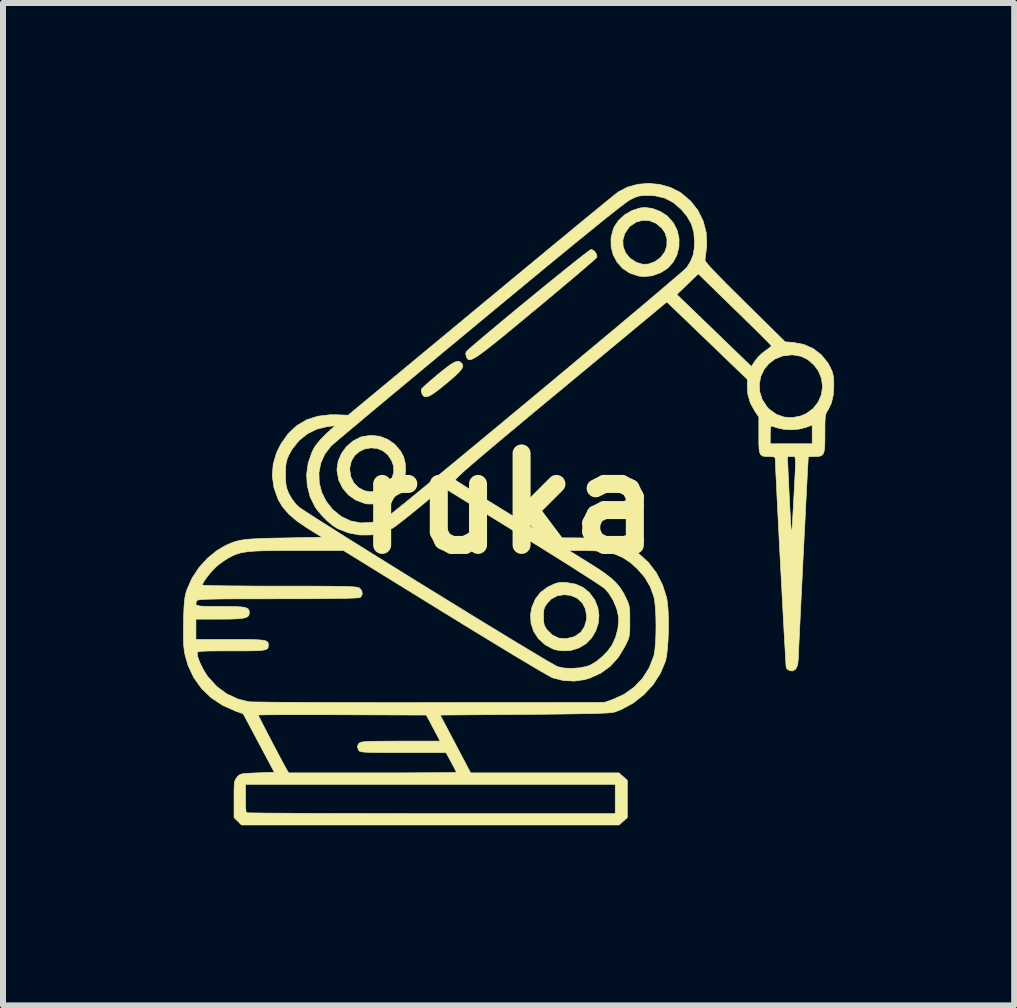
<source format=kicad_pcb>
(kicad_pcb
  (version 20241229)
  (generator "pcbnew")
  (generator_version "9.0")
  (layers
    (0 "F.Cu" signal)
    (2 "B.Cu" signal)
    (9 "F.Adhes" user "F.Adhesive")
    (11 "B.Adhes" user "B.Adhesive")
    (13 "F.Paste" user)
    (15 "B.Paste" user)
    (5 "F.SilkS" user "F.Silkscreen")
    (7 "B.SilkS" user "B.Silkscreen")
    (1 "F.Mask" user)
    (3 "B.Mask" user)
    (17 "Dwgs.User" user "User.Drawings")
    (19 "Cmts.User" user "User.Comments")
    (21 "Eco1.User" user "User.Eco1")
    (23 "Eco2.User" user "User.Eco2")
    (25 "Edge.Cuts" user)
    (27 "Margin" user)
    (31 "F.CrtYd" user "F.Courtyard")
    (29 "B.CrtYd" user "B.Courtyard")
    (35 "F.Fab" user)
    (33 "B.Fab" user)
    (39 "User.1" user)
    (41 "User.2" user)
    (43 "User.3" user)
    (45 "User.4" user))
  (footprint "ruka"
    (layer "F.Cu")
    (at 5.421 5.338)
    (property "Reference" "ruka" (at 0 0 0) (layer "F.SilkS") (effects (font (size 1.524 1.524) (thickness 0.3))))
    (attr through_hole)
    (fp_poly (pts (xy -0.819 -2.366) (xy -0.789 -2.347) (xy -0.787 -2.345) (xy -0.765 -2.316) (xy -0.761 -2.284) (xy -0.777 -2.245) (xy -0.817 -2.196) (xy -0.883 -2.131) (xy -0.979 -2.048) (xy -1.032 -2.004) (xy -1.151 -1.907) (xy -1.243 -1.838) (xy -1.313 -1.795) (xy -1.365 -1.777) (xy -1.402 -1.781) (xy -1.43 -1.806) (xy -1.442 -1.829) (xy -1.454 -1.882) (xy -1.447 -1.91) (xy -1.425 -1.934) (xy -1.376 -1.979) (xy -1.307 -2.04) (xy -1.223 -2.111) (xy -1.17 -2.156) (xy -1.057 -2.247) (xy -0.971 -2.311) (xy -0.906 -2.351) (xy -0.857 -2.369) (xy -0.819 -2.366)) (stroke (width 0.01) (type solid)) (fill yes) (layer "F.SilkS"))
    (fp_poly (pts (xy 1.419 -4.216) (xy 1.455 -4.174) (xy 1.473 -4.125) (xy 1.47 -4.101) (xy 1.452 -4.083) (xy 1.404 -4.039) (xy 1.329 -3.974) (xy 1.23 -3.888) (xy 1.11 -3.786) (xy 0.971 -3.669) (xy 0.816 -3.539) (xy 0.649 -3.399) (xy 0.472 -3.251) (xy 0.453 -3.236) (xy 0.237 -3.057) (xy 0.051 -2.903) (xy -0.107 -2.773) (xy -0.24 -2.666) (xy -0.35 -2.579) (xy -0.44 -2.511) (xy -0.511 -2.46) (xy -0.567 -2.425) (xy -0.609 -2.404) (xy -0.641 -2.395) (xy -0.663 -2.396) (xy -0.68 -2.407) (xy -0.693 -2.425) (xy -0.701 -2.441) (xy -0.713 -2.495) (xy -0.706 -2.524) (xy -0.685 -2.547) (xy -0.634 -2.593) (xy -0.558 -2.659) (xy -0.46 -2.743) (xy -0.342 -2.842) (xy -0.209 -2.953) (xy -0.064 -3.074) (xy 0.089 -3.201) (xy 0.248 -3.332) (xy 0.409 -3.464) (xy 0.568 -3.594) (xy 0.722 -3.719) (xy 0.868 -3.837) (xy 1.002 -3.945) (xy 1.121 -4.04) (xy 1.221 -4.119) (xy 1.299 -4.179) (xy 1.352 -4.218) (xy 1.376 -4.233) (xy 1.376 -4.233) (xy 1.419 -4.216)) (stroke (width 0.01) (type solid)) (fill yes) (layer "F.SilkS"))
    (fp_poly (pts (xy 2.398 -4.915) (xy 2.524 -4.867) (xy 2.636 -4.797) (xy 2.65 -4.785) (xy 2.748 -4.674) (xy 2.811 -4.547) (xy 2.841 -4.412) (xy 2.839 -4.275) (xy 2.806 -4.142) (xy 2.743 -4.021) (xy 2.65 -3.919) (xy 2.534 -3.845) (xy 2.388 -3.793) (xy 2.248 -3.781) (xy 2.162 -3.791) (xy 2.021 -3.838) (xy 1.902 -3.916) (xy 1.809 -4.021) (xy 1.743 -4.144) (xy 1.709 -4.281) (xy 1.708 -4.389) (xy 1.905 -4.389) (xy 1.91 -4.279) (xy 1.95 -4.176) (xy 2.024 -4.087) (xy 2.127 -4.019) (xy 2.231 -3.986) (xy 2.328 -3.988) (xy 2.432 -4.026) (xy 2.435 -4.027) (xy 2.534 -4.098) (xy 2.602 -4.189) (xy 2.638 -4.294) (xy 2.64 -4.404) (xy 2.606 -4.512) (xy 2.555 -4.586) (xy 2.459 -4.667) (xy 2.351 -4.711) (xy 2.238 -4.719) (xy 2.128 -4.689) (xy 2.027 -4.622) (xy 2.007 -4.601) (xy 1.937 -4.499) (xy 1.905 -4.389) (xy 1.708 -4.389) (xy 1.708 -4.426) (xy 1.745 -4.571) (xy 1.761 -4.609) (xy 1.835 -4.718) (xy 1.938 -4.812) (xy 2.062 -4.883) (xy 2.194 -4.924) (xy 2.275 -4.932) (xy 2.398 -4.915)) (stroke (width 0.01) (type solid)) (fill yes) (layer "F.SilkS"))
    (fp_poly (pts (xy -2.146 -1.12) (xy -2.01 -1.067) (xy -1.891 -0.983) (xy -1.795 -0.869) (xy -1.747 -0.777) (xy -1.721 -0.675) (xy -1.715 -0.554) (xy -1.727 -0.433) (xy -1.759 -0.328) (xy -1.761 -0.325) (xy -1.84 -0.2) (xy -1.947 -0.101) (xy -2.072 -0.03) (xy -2.209 0.007) (xy -2.35 0.007) (xy -2.397 -0.002) (xy -2.543 -0.057) (xy -2.667 -0.143) (xy -2.763 -0.257) (xy -2.828 -0.39) (xy -2.856 -0.539) (xy -2.857 -0.565) (xy -2.645 -0.565) (xy -2.627 -0.445) (xy -2.576 -0.343) (xy -2.499 -0.265) (xy -2.402 -0.213) (xy -2.293 -0.194) (xy -2.177 -0.211) (xy -2.143 -0.223) (xy -2.052 -0.272) (xy -1.988 -0.335) (xy -1.945 -0.413) (xy -1.911 -0.519) (xy -1.914 -0.62) (xy -1.945 -0.712) (xy -2.01 -0.811) (xy -2.094 -0.879) (xy -2.19 -0.918) (xy -2.292 -0.927) (xy -2.393 -0.91) (xy -2.485 -0.866) (xy -2.563 -0.799) (xy -2.618 -0.708) (xy -2.644 -0.596) (xy -2.645 -0.565) (xy -2.857 -0.565) (xy -2.857 -0.575) (xy -2.837 -0.708) (xy -2.781 -0.836) (xy -2.696 -0.951) (xy -2.587 -1.044) (xy -2.462 -1.107) (xy -2.44 -1.114) (xy -2.291 -1.136) (xy -2.146 -1.12)) (stroke (width 0.01) (type solid)) (fill yes) (layer "F.SilkS"))
    (fp_poly (pts (xy 0.968 1.317) (xy 1.119 1.343) (xy 1.245 1.4) (xy 1.348 1.485) (xy 1.436 1.604) (xy 1.488 1.733) (xy 1.507 1.867) (xy 1.494 1.999) (xy 1.452 2.125) (xy 1.384 2.239) (xy 1.291 2.334) (xy 1.177 2.404) (xy 1.044 2.446) (xy 0.942 2.454) (xy 0.86 2.449) (xy 0.786 2.437) (xy 0.75 2.427) (xy 0.611 2.353) (xy 0.5 2.253) (xy 0.42 2.132) (xy 0.375 1.996) (xy 0.369 1.884) (xy 0.582 1.884) (xy 0.585 1.966) (xy 0.595 2.023) (xy 0.619 2.071) (xy 0.641 2.102) (xy 0.732 2.192) (xy 0.837 2.242) (xy 0.955 2.252) (xy 1.082 2.222) (xy 1.118 2.206) (xy 1.204 2.144) (xy 1.265 2.053) (xy 1.298 1.941) (xy 1.302 1.884) (xy 1.283 1.759) (xy 1.23 1.656) (xy 1.148 1.579) (xy 1.039 1.532) (xy 0.932 1.519) (xy 0.813 1.536) (xy 0.713 1.59) (xy 0.641 1.665) (xy 0.608 1.715) (xy 0.59 1.764) (xy 0.583 1.829) (xy 0.582 1.884) (xy 0.369 1.884) (xy 0.367 1.851) (xy 0.388 1.733) (xy 0.447 1.592) (xy 0.533 1.48) (xy 0.652 1.393) (xy 0.689 1.374) (xy 0.767 1.338) (xy 0.828 1.319) (xy 0.89 1.313) (xy 0.968 1.317)) (stroke (width 0.01) (type solid)) (fill yes) (layer "F.SilkS"))
    (fp_poly (pts (xy 2.518 -5.316) (xy 2.694 -5.267) (xy 2.854 -5.187) (xy 2.879 -5.17) (xy 3.035 -5.037) (xy 3.157 -4.881) (xy 3.243 -4.706) (xy 3.293 -4.516) (xy 3.302 -4.317) (xy 3.295 -4.233) (xy 3.285 -4.155) (xy 3.277 -4.089) (xy 3.273 -4.053) (xy 3.285 -4.03) (xy 3.321 -3.984) (xy 3.383 -3.914) (xy 3.473 -3.82) (xy 3.59 -3.7) (xy 3.737 -3.553) (xy 3.913 -3.379) (xy 3.939 -3.353) (xy 4.608 -2.694) (xy 4.746 -2.683) (xy 4.92 -2.65) (xy 5.077 -2.58) (xy 5.211 -2.477) (xy 5.319 -2.344) (xy 5.354 -2.281) (xy 5.387 -2.211) (xy 5.406 -2.15) (xy 5.416 -2.084) (xy 5.419 -1.995) (xy 5.419 -1.968) (xy 5.41 -1.809) (xy 5.381 -1.68) (xy 5.332 -1.574) (xy 5.313 -1.546) (xy 5.297 -1.518) (xy 5.285 -1.486) (xy 5.277 -1.441) (xy 5.273 -1.376) (xy 5.271 -1.283) (xy 5.271 -1.168) (xy 5.27 -1.032) (xy 5.266 -0.932) (xy 5.256 -0.863) (xy 5.238 -0.82) (xy 5.209 -0.796) (xy 5.166 -0.786) (xy 5.108 -0.783) (xy 5.1 -0.783) (xy 5.04 -0.782) (xy 5.001 -0.78) (xy 4.994 -0.778) (xy 4.993 -0.753) (xy 4.989 -0.691) (xy 4.984 -0.593) (xy 4.977 -0.465) (xy 4.969 -0.311) (xy 4.96 -0.134) (xy 4.95 0.062) (xy 4.94 0.273) (xy 4.928 0.495) (xy 4.917 0.724) (xy 4.905 0.956) (xy 4.894 1.187) (xy 4.883 1.413) (xy 4.872 1.631) (xy 4.862 1.837) (xy 4.853 2.026) (xy 4.845 2.194) (xy 4.838 2.339) (xy 4.833 2.455) (xy 4.829 2.539) (xy 4.827 2.587) (xy 4.827 2.596) (xy 4.816 2.692) (xy 4.785 2.757) (xy 4.738 2.788) (xy 4.693 2.787) (xy 4.648 2.763) (xy 4.627 2.736) (xy 4.624 2.711) (xy 4.62 2.648) (xy 4.614 2.55) (xy 4.607 2.422) (xy 4.598 2.266) (xy 4.588 2.088) (xy 4.577 1.891) (xy 4.566 1.678) (xy 4.554 1.454) (xy 4.542 1.222) (xy 4.529 0.987) (xy 4.517 0.752) (xy 4.505 0.521) (xy 4.494 0.298) (xy 4.483 0.086) (xy 4.473 -0.11) (xy 4.465 -0.286) (xy 4.457 -0.439) (xy 4.451 -0.565) (xy 4.447 -0.659) (xy 4.445 -0.719) (xy 4.445 -0.735) (xy 4.44 -0.764) (xy 4.419 -0.779) (xy 4.37 -0.783) (xy 4.348 -0.783) (xy 4.345 -0.783) (xy 4.646 -0.783) (xy 4.676 -0.138) (xy 4.684 0.022) (xy 4.692 0.167) (xy 4.699 0.292) (xy 4.705 0.392) (xy 4.71 0.462) (xy 4.714 0.497) (xy 4.715 0.499) (xy 4.718 0.477) (xy 4.723 0.418) (xy 4.729 0.327) (xy 4.736 0.211) (xy 4.744 0.075) (xy 4.752 -0.077) (xy 4.753 -0.088) (xy 4.763 -0.278) (xy 4.771 -0.431) (xy 4.777 -0.55) (xy 4.78 -0.638) (xy 4.78 -0.702) (xy 4.778 -0.744) (xy 4.773 -0.769) (xy 4.764 -0.782) (xy 4.751 -0.785) (xy 4.735 -0.784) (xy 4.715 -0.783) (xy 4.646 -0.783) (xy 4.345 -0.783) (xy 4.283 -0.784) (xy 4.236 -0.791) (xy 4.204 -0.811) (xy 4.184 -0.848) (xy 4.174 -0.91) (xy 4.17 -1.002) (xy 4.17 -1.13) (xy 4.17 -1.135) (xy 4.17 -1.143) (xy 4.36 -1.143) (xy 4.36 -0.995) (xy 5.059 -0.995) (xy 5.059 -1.308) (xy 4.953 -1.268) (xy 4.842 -1.24) (xy 4.714 -1.229) (xy 4.586 -1.236) (xy 4.478 -1.26) (xy 4.477 -1.26) (xy 4.421 -1.279) (xy 4.382 -1.29) (xy 4.376 -1.291) (xy 4.368 -1.272) (xy 4.363 -1.221) (xy 4.36 -1.149) (xy 4.36 -1.143) (xy 4.17 -1.143) (xy 4.17 -1.442) (xy 4.105 -1.536) (xy 4.029 -1.673) (xy 3.988 -1.814) (xy 3.979 -1.936) (xy 3.979 -1.99) (xy 4.178 -1.99) (xy 4.185 -1.862) (xy 4.226 -1.735) (xy 4.302 -1.616) (xy 4.346 -1.569) (xy 4.461 -1.486) (xy 4.592 -1.44) (xy 4.732 -1.431) (xy 4.872 -1.46) (xy 4.961 -1.498) (xy 5.076 -1.583) (xy 5.16 -1.691) (xy 5.212 -1.814) (xy 5.231 -1.946) (xy 5.215 -2.08) (xy 5.164 -2.207) (xy 5.094 -2.302) (xy 4.989 -2.396) (xy 4.877 -2.452) (xy 4.748 -2.475) (xy 4.71 -2.476) (xy 4.564 -2.458) (xy 4.438 -2.407) (xy 4.335 -2.329) (xy 4.255 -2.23) (xy 4.202 -2.115) (xy 4.178 -1.99) (xy 3.979 -1.99) (xy 3.979 -2.068) (xy 3.309 -2.713) (xy 2.638 -3.358) (xy 0.864 -1.886) (xy 0.574 -1.646) (xy 0.315 -1.431) (xy 0.087 -1.24) (xy -0.114 -1.073) (xy -0.287 -0.927) (xy -0.435 -0.802) (xy -0.559 -0.696) (xy -0.661 -0.608) (xy -0.742 -0.537) (xy -0.803 -0.481) (xy -0.846 -0.44) (xy -0.873 -0.411) (xy -0.884 -0.395) (xy -0.884 -0.39) (xy -0.861 -0.373) (xy -0.805 -0.338) (xy -0.721 -0.285) (xy -0.613 -0.217) (xy -0.485 -0.136) (xy -0.339 -0.046) (xy -0.181 0.051) (xy -0.097 0.103) (xy 0.664 0.572) (xy 1.089 0.572) (xy 1.28 0.574) (xy 1.436 0.579) (xy 1.566 0.591) (xy 1.677 0.608) (xy 1.776 0.634) (xy 1.872 0.669) (xy 1.972 0.714) (xy 1.984 0.72) (xy 2.17 0.835) (xy 2.331 0.982) (xy 2.464 1.156) (xy 2.566 1.355) (xy 2.635 1.573) (xy 2.638 1.587) (xy 2.651 1.684) (xy 2.66 1.808) (xy 2.664 1.952) (xy 2.664 2.104) (xy 2.659 2.256) (xy 2.649 2.397) (xy 2.636 2.518) (xy 2.619 2.609) (xy 2.615 2.625) (xy 2.529 2.83) (xy 2.408 3.018) (xy 2.255 3.184) (xy 2.077 3.324) (xy 1.878 3.432) (xy 1.767 3.474) (xy 1.74 3.48) (xy 1.693 3.485) (xy 1.625 3.49) (xy 1.533 3.494) (xy 1.414 3.498) (xy 1.266 3.501) (xy 1.087 3.504) (xy 0.873 3.507) (xy 0.623 3.51) (xy 0.333 3.512) (xy 0.272 3.513) (xy -1.138 3.524) (xy -0.884 4.006) (xy -0.631 4.487) (xy 1.841 4.487) (xy 1.91 4.549) (xy 1.979 4.611) (xy 1.979 5.232) (xy 1.841 5.355) (xy -4.448 5.355) (xy -4.572 5.231) (xy -4.572 4.924) (xy -4.572 4.803) (xy -4.57 4.717) (xy -4.567 4.678) (xy -4.381 4.678) (xy -4.381 4.907) (xy -4.38 5.002) (xy -4.377 5.08) (xy -4.372 5.133) (xy -4.367 5.151) (xy -4.345 5.152) (xy -4.283 5.154) (xy -4.183 5.155) (xy -4.047 5.157) (xy -3.879 5.158) (xy -3.681 5.159) (xy -3.454 5.161) (xy -3.202 5.162) (xy -2.926 5.162) (xy -2.629 5.163) (xy -2.313 5.164) (xy -1.982 5.164) (xy -1.636 5.165) (xy -1.288 5.165) (xy 1.778 5.165) (xy 1.778 4.678) (xy -4.381 4.678) (xy -4.567 4.678) (xy -4.566 4.658) (xy -4.558 4.618) (xy -4.545 4.59) (xy -4.527 4.565) (xy -4.521 4.557) (xy -4.499 4.533) (xy -4.476 4.517) (xy -4.444 4.505) (xy -4.395 4.498) (xy -4.322 4.493) (xy -4.216 4.488) (xy -4.186 4.487) (xy -3.901 4.477) (xy -4.16 3.99) (xy -4.408 3.524) (xy -4.17 3.524) (xy -4.16 3.545) (xy -4.134 3.597) (xy -4.095 3.674) (xy -4.046 3.769) (xy -3.99 3.877) (xy -3.931 3.99) (xy -3.871 4.104) (xy -3.815 4.21) (xy -3.765 4.304) (xy -3.725 4.378) (xy -3.698 4.427) (xy -3.69 4.44) (xy -3.661 4.487) (xy -2.264 4.487) (xy -2.025 4.487) (xy -1.8 4.487) (xy -1.59 4.486) (xy -1.4 4.485) (xy -1.234 4.484) (xy -1.094 4.483) (xy -0.985 4.482) (xy -0.91 4.481) (xy -0.872 4.479) (xy -0.868 4.478) (xy -0.877 4.457) (xy -0.902 4.407) (xy -0.938 4.339) (xy -0.954 4.309) (xy -1.041 4.149) (xy -1.758 4.149) (xy -1.951 4.149) (xy -2.107 4.148) (xy -2.228 4.147) (xy -2.32 4.145) (xy -2.388 4.142) (xy -2.434 4.138) (xy -2.464 4.132) (xy -2.482 4.125) (xy -2.492 4.115) (xy -2.497 4.108) (xy -2.517 4.055) (xy -2.506 4.015) (xy -2.486 3.991) (xy -2.471 3.982) (xy -2.447 3.974) (xy -2.409 3.969) (xy -2.351 3.964) (xy -2.269 3.961) (xy -2.16 3.96) (xy -2.018 3.959) (xy -1.84 3.958) (xy -1.796 3.958) (xy -1.139 3.958) (xy -1.254 3.741) (xy -1.369 3.524) (xy -2.769 3.519) (xy -3.009 3.518) (xy -3.235 3.518) (xy -3.445 3.518) (xy -3.635 3.518) (xy -3.802 3.518) (xy -3.942 3.519) (xy -4.051 3.52) (xy -4.127 3.522) (xy -4.166 3.523) (xy -4.17 3.524) (xy -4.408 3.524) (xy -4.419 3.503) (xy -4.543 3.459) (xy -4.762 3.362) (xy -4.954 3.235) (xy -5.115 3.079) (xy -5.244 2.899) (xy -5.339 2.695) (xy -5.389 2.519) (xy -5.402 2.444) (xy -5.411 2.359) (xy -5.415 2.257) (xy -5.416 2.129) (xy -5.413 1.968) (xy -5.41 1.824) (xy -5.405 1.713) (xy -5.402 1.676) (xy -5.208 1.676) (xy -5.197 1.692) (xy -5.167 1.703) (xy -5.114 1.71) (xy -5.032 1.713) (xy -4.918 1.714) (xy -4.796 1.714) (xy -4.641 1.715) (xy -4.524 1.718) (xy -4.439 1.724) (xy -4.381 1.734) (xy -4.345 1.75) (xy -4.326 1.772) (xy -4.319 1.803) (xy -4.318 1.821) (xy -4.323 1.855) (xy -4.341 1.881) (xy -4.377 1.9) (xy -4.435 1.913) (xy -4.521 1.921) (xy -4.64 1.925) (xy -4.795 1.926) (xy -4.81 1.926) (xy -5.207 1.926) (xy -5.207 2.265) (xy -4.629 2.265) (xy -4.45 2.265) (xy -4.308 2.266) (xy -4.2 2.269) (xy -4.12 2.274) (xy -4.065 2.282) (xy -4.03 2.294) (xy -4.011 2.309) (xy -4.002 2.33) (xy -4.001 2.357) (xy -4 2.36) (xy -4.002 2.387) (xy -4.01 2.409) (xy -4.028 2.426) (xy -4.062 2.438) (xy -4.115 2.446) (xy -4.192 2.451) (xy -4.299 2.454) (xy -4.438 2.455) (xy -4.615 2.455) (xy -4.619 2.455) (xy -4.788 2.455) (xy -4.92 2.456) (xy -5.019 2.457) (xy -5.09 2.46) (xy -5.137 2.464) (xy -5.166 2.47) (xy -5.18 2.478) (xy -5.185 2.488) (xy -5.186 2.496) (xy -5.174 2.564) (xy -5.14 2.653) (xy -5.091 2.753) (xy -5.032 2.851) (xy -4.999 2.896) (xy -4.856 3.052) (xy -4.69 3.173) (xy -4.504 3.259) (xy -4.329 3.302) (xy -4.295 3.304) (xy -4.222 3.306) (xy -4.111 3.307) (xy -3.965 3.309) (xy -3.788 3.311) (xy -3.581 3.312) (xy -3.346 3.313) (xy -3.087 3.314) (xy -2.806 3.315) (xy -2.506 3.315) (xy -2.188 3.316) (xy -1.856 3.316) (xy -1.512 3.316) (xy -1.312 3.315) (xy 1.598 3.313) (xy 1.73 3.267) (xy 1.923 3.18) (xy 2.092 3.06) (xy 2.233 2.911) (xy 2.344 2.737) (xy 2.419 2.543) (xy 2.424 2.525) (xy 2.438 2.443) (xy 2.448 2.329) (xy 2.455 2.193) (xy 2.457 2.047) (xy 2.455 1.9) (xy 2.449 1.763) (xy 2.438 1.647) (xy 2.424 1.561) (xy 2.423 1.556) (xy 2.361 1.384) (xy 2.269 1.229) (xy 2.149 1.09) (xy 2.029 0.983) (xy 1.908 0.902) (xy 1.776 0.844) (xy 1.627 0.807) (xy 1.452 0.788) (xy 1.282 0.783) (xy 1.007 0.783) (xy 1.334 0.986) (xy 1.493 1.086) (xy 1.619 1.173) (xy 1.719 1.252) (xy 1.797 1.326) (xy 1.86 1.403) (xy 1.912 1.486) (xy 1.943 1.545) (xy 1.976 1.614) (xy 1.998 1.668) (xy 2.012 1.72) (xy 2.019 1.78) (xy 2.021 1.861) (xy 2.021 1.959) (xy 2.021 2.067) (xy 2.018 2.145) (xy 2.011 2.204) (xy 1.997 2.255) (xy 1.973 2.311) (xy 1.941 2.376) (xy 1.83 2.561) (xy 1.695 2.711) (xy 1.535 2.827) (xy 1.35 2.91) (xy 1.268 2.934) (xy 1.096 2.958) (xy 0.915 2.948) (xy 0.739 2.905) (xy 0.705 2.888) (xy 0.637 2.85) (xy 0.539 2.794) (xy 0.413 2.72) (xy 0.262 2.63) (xy 0.088 2.526) (xy -0.105 2.409) (xy -0.315 2.281) (xy -0.54 2.144) (xy -0.776 2) (xy -1.02 1.849) (xy -1.062 1.824) (xy -2.748 0.783) (xy -3.529 0.783) (xy -3.752 0.783) (xy -3.937 0.785) (xy -4.089 0.787) (xy -4.214 0.792) (xy -4.315 0.799) (xy -4.397 0.81) (xy -4.466 0.823) (xy -4.525 0.841) (xy -4.58 0.863) (xy -4.636 0.89) (xy -4.664 0.906) (xy -4.741 0.954) (xy -4.824 1.015) (xy -4.87 1.053) (xy -4.927 1.11) (xy -4.986 1.178) (xy -5.039 1.247) (xy -5.08 1.308) (xy -5.1 1.351) (xy -5.101 1.358) (xy -5.081 1.361) (xy -5.021 1.364) (xy -4.927 1.367) (xy -4.801 1.37) (xy -4.648 1.372) (xy -4.47 1.373) (xy -4.272 1.375) (xy -4.057 1.376) (xy -3.828 1.376) (xy -3.815 1.376) (xy -3.546 1.376) (xy -3.316 1.376) (xy -3.123 1.377) (xy -2.962 1.378) (xy -2.831 1.38) (xy -2.726 1.382) (xy -2.645 1.385) (xy -2.584 1.388) (xy -2.54 1.392) (xy -2.51 1.398) (xy -2.49 1.404) (xy -2.481 1.409) (xy -2.444 1.454) (xy -2.436 1.507) (xy -2.458 1.553) (xy -2.475 1.566) (xy -2.506 1.571) (xy -2.58 1.575) (xy -2.695 1.579) (xy -2.851 1.582) (xy -3.047 1.584) (xy -3.285 1.586) (xy -3.562 1.587) (xy -3.849 1.587) (xy -4.121 1.588) (xy -4.354 1.588) (xy -4.551 1.588) (xy -4.715 1.589) (xy -4.848 1.591) (xy -4.954 1.593) (xy -5.037 1.595) (xy -5.098 1.598) (xy -5.141 1.602) (xy -5.169 1.607) (xy -5.186 1.613) (xy -5.193 1.619) (xy -5.194 1.621) (xy -5.205 1.652) (xy -5.208 1.676) (xy -5.402 1.676) (xy -5.398 1.628) (xy -5.389 1.56) (xy -5.377 1.501) (xy -5.359 1.444) (xy -5.354 1.429) (xy -5.272 1.244) (xy -5.157 1.069) (xy -5.016 0.913) (xy -4.857 0.783) (xy -4.728 0.707) (xy -4.66 0.675) (xy -4.597 0.649) (xy -4.534 0.628) (xy -4.465 0.612) (xy -4.384 0.6) (xy -4.285 0.591) (xy -4.163 0.585) (xy -4.012 0.579) (xy -3.827 0.575) (xy -3.748 0.574) (xy -3.105 0.561) (xy -3.339 0.418) (xy -3.52 0.296) (xy -3.662 0.174) (xy -3.769 0.049) (xy -3.838 -0.069) (xy -3.907 -0.264) (xy -3.935 -0.459) (xy -3.933 -0.487) (xy -3.715 -0.487) (xy -3.713 -0.384) (xy -3.706 -0.31) (xy -3.692 -0.248) (xy -3.668 -0.186) (xy -3.658 -0.164) (xy -3.61 -0.08) (xy -3.548 0.003) (xy -3.51 0.044) (xy -3.479 0.068) (xy -3.415 0.111) (xy -3.32 0.173) (xy -3.198 0.252) (xy -3.051 0.345) (xy -2.882 0.452) (xy -2.694 0.571) (xy -2.489 0.699) (xy -2.271 0.835) (xy -2.041 0.978) (xy -1.804 1.125) (xy -1.561 1.276) (xy -1.316 1.427) (xy -1.071 1.578) (xy -0.829 1.727) (xy -0.594 1.872) (xy -0.366 2.011) (xy -0.15 2.142) (xy 0.051 2.265) (xy 0.236 2.376) (xy 0.4 2.475) (xy 0.542 2.56) (xy 0.659 2.629) (xy 0.747 2.679) (xy 0.805 2.711) (xy 0.826 2.72) (xy 0.93 2.741) (xy 1.056 2.746) (xy 1.186 2.737) (xy 1.303 2.713) (xy 1.359 2.693) (xy 1.458 2.636) (xy 1.561 2.552) (xy 1.654 2.456) (xy 1.724 2.359) (xy 1.784 2.229) (xy 1.822 2.085) (xy 1.836 1.945) (xy 1.833 1.885) (xy 1.802 1.75) (xy 1.745 1.614) (xy 1.67 1.493) (xy 1.605 1.419) (xy 1.572 1.394) (xy 1.506 1.349) (xy 1.41 1.285) (xy 1.287 1.206) (xy 1.141 1.113) (xy 0.975 1.007) (xy 0.79 0.891) (xy 0.592 0.767) (xy 0.383 0.637) (xy 0.213 0.532) (xy -1.087 -0.269) (xy -1.465 0.045) (xy -1.579 0.138) (xy -1.687 0.225) (xy -1.783 0.301) (xy -1.861 0.361) (xy -1.917 0.401) (xy -1.933 0.411) (xy -2.102 0.485) (xy -2.286 0.523) (xy -2.476 0.524) (xy -2.666 0.489) (xy -2.845 0.419) (xy -2.93 0.364) (xy -3.024 0.285) (xy -3.116 0.192) (xy -3.194 0.097) (xy -3.219 0.061) (xy -3.304 -0.109) (xy -3.352 -0.294) (xy -3.363 -0.484) (xy -3.359 -0.512) (xy -3.158 -0.512) (xy -3.153 -0.348) (xy -3.112 -0.187) (xy -3.036 -0.035) (xy -2.926 0.103) (xy -2.925 0.104) (xy -2.784 0.217) (xy -2.63 0.29) (xy -2.463 0.323) (xy -2.284 0.315) (xy -2.18 0.294) (xy -2.107 0.268) (xy -2.039 0.238) (xy -2.011 0.218) (xy -1.953 0.173) (xy -1.868 0.104) (xy -1.756 0.014) (xy -1.621 -0.096) (xy -1.465 -0.224) (xy -1.29 -0.367) (xy -1.098 -0.526) (xy -0.891 -0.696) (xy -0.672 -0.878) (xy -0.442 -1.068) (xy -0.204 -1.265) (xy 0.039 -1.467) (xy 0.287 -1.673) (xy 0.536 -1.88) (xy 0.784 -2.087) (xy 1.03 -2.292) (xy 1.27 -2.493) (xy 1.504 -2.688) (xy 1.728 -2.875) (xy 1.94 -3.053) (xy 2.139 -3.22) (xy 2.322 -3.374) (xy 2.449 -3.482) (xy 2.804 -3.482) (xy 3.425 -2.883) (xy 4.046 -2.283) (xy 4.108 -2.378) (xy 4.163 -2.445) (xy 4.235 -2.512) (xy 4.276 -2.543) (xy 4.331 -2.583) (xy 4.37 -2.613) (xy 4.381 -2.626) (xy 4.366 -2.642) (xy 4.325 -2.686) (xy 4.259 -2.752) (xy 4.173 -2.838) (xy 4.069 -2.941) (xy 3.95 -3.057) (xy 3.821 -3.184) (xy 3.771 -3.232) (xy 3.161 -3.827) (xy 2.983 -3.655) (xy 2.804 -3.482) (xy 2.449 -3.482) (xy 2.486 -3.513) (xy 2.63 -3.636) (xy 2.752 -3.74) (xy 2.849 -3.823) (xy 2.919 -3.884) (xy 2.96 -3.922) (xy 2.97 -3.932) (xy 3.035 -4.038) (xy 3.075 -4.137) (xy 3.094 -4.247) (xy 3.099 -4.36) (xy 3.087 -4.518) (xy 3.047 -4.656) (xy 2.974 -4.784) (xy 2.879 -4.898) (xy 2.749 -5.012) (xy 2.607 -5.087) (xy 2.449 -5.125) (xy 2.337 -5.132) (xy 2.245 -5.131) (xy 2.177 -5.123) (xy 2.117 -5.104) (xy 2.045 -5.07) (xy 2.024 -5.059) (xy 1.99 -5.038) (xy 1.934 -4.997) (xy 1.855 -4.937) (xy 1.752 -4.856) (xy 1.624 -4.755) (xy 1.471 -4.631) (xy 1.291 -4.485) (xy 1.083 -4.316) (xy 0.848 -4.123) (xy 0.584 -3.906) (xy 0.29 -3.663) (xy -0.034 -3.395) (xy -0.39 -3.1) (xy -0.504 -3.006) (xy -0.781 -2.776) (xy -1.05 -2.553) (xy -1.31 -2.337) (xy -1.557 -2.131) (xy -1.79 -1.937) (xy -2.008 -1.756) (xy -2.208 -1.589) (xy -2.389 -1.438) (xy -2.548 -1.304) (xy -2.684 -1.19) (xy -2.795 -1.097) (xy -2.879 -1.025) (xy -2.934 -0.978) (xy -2.959 -0.956) (xy -2.959 -0.956) (xy -3.061 -0.822) (xy -3.128 -0.672) (xy -3.158 -0.512) (xy -3.359 -0.512) (xy -3.337 -0.675) (xy -3.273 -0.858) (xy -3.231 -0.939) (xy -3.189 -0.997) (xy -3.127 -1.07) (xy -3.055 -1.143) (xy -3.033 -1.165) (xy -2.889 -1.297) (xy -3.016 -1.282) (xy -3.191 -1.24) (xy -3.35 -1.162) (xy -3.489 -1.05) (xy -3.603 -0.908) (xy -3.658 -0.81) (xy -3.686 -0.744) (xy -3.703 -0.684) (xy -3.712 -0.615) (xy -3.715 -0.523) (xy -3.715 -0.487) (xy -3.933 -0.487) (xy -3.92 -0.655) (xy -3.864 -0.847) (xy -3.789 -0.996) (xy -3.668 -1.166) (xy -3.525 -1.299) (xy -3.361 -1.395) (xy -3.175 -1.455) (xy -2.967 -1.479) (xy -2.878 -1.479) (xy -2.672 -1.471) (xy -0.464 -3.302) (xy -0.197 -3.523) (xy 0.062 -3.738) (xy 0.311 -3.944) (xy 0.548 -4.14) (xy 0.771 -4.325) (xy 0.979 -4.496) (xy 1.168 -4.652) (xy 1.338 -4.792) (xy 1.486 -4.913) (xy 1.61 -5.015) (xy 1.709 -5.095) (xy 1.78 -5.153) (xy 1.821 -5.185) (xy 1.829 -5.191) (xy 1.982 -5.271) (xy 2.153 -5.318) (xy 2.335 -5.333) (xy 2.518 -5.316)) (stroke (width 0.01) (type solid)) (fill yes) (layer "F.SilkS")))
  (gr_rect
    (start -3 -3)
    (end 13.845 13.698)
    (stroke (width 0.1) (type default))
    (fill no)
    (layer "Edge.Cuts")))
</source>
